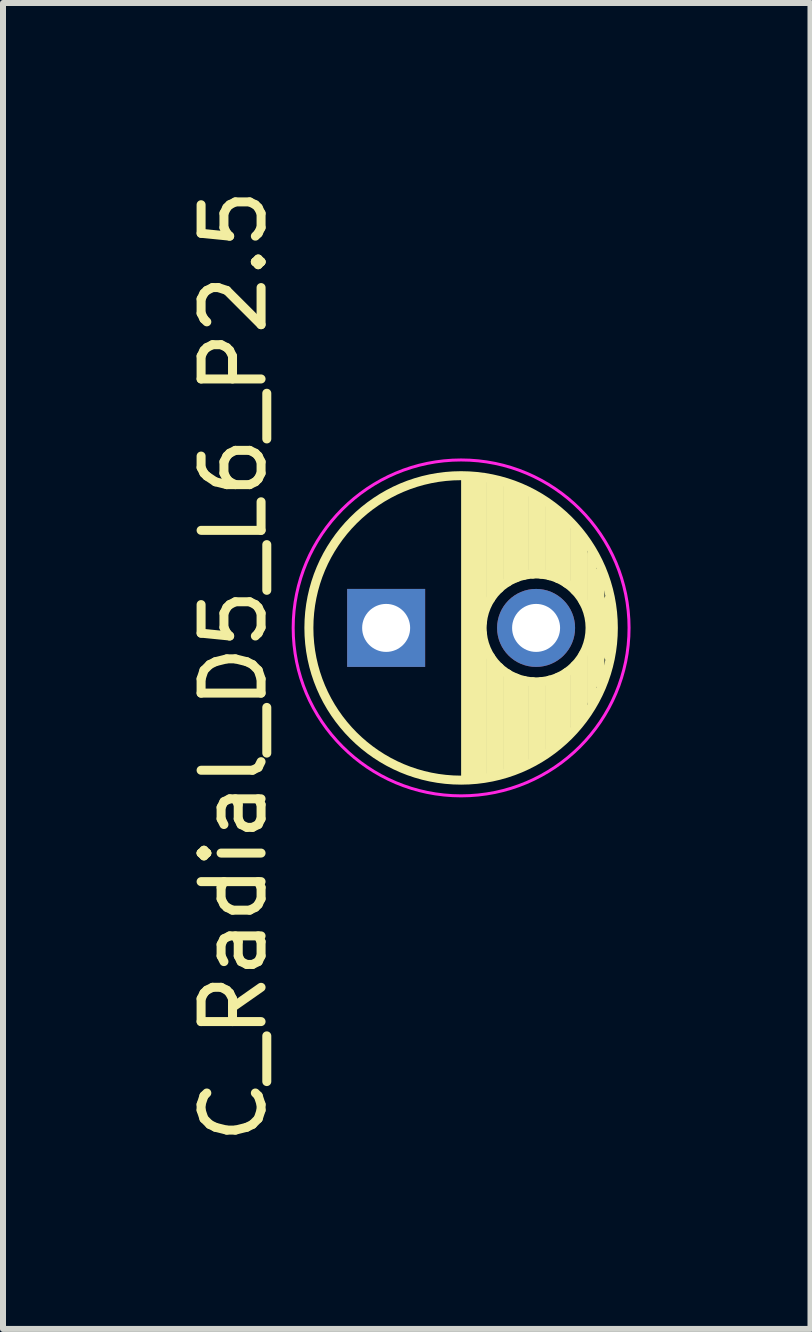
<source format=kicad_pcb>
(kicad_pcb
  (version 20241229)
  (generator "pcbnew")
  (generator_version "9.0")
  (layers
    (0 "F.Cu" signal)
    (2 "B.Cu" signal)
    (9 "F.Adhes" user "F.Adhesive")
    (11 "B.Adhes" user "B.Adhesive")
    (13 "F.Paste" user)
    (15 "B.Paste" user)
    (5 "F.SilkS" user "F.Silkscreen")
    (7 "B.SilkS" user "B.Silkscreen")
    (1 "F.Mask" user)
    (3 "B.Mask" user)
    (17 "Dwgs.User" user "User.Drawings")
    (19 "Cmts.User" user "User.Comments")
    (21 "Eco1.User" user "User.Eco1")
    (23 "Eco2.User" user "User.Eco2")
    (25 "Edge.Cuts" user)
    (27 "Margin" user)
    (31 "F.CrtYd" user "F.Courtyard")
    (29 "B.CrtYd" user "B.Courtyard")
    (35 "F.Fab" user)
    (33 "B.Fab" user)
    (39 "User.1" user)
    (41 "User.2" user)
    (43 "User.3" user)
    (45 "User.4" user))
  (footprint "C_Radial_D5_L6_P2.5"
    (layer "F.Cu")
    (at 3.388 7.419)
    (property "Reference" "C_Radial_D5_L6_P2.5" (at -2.54 0.635 90) (layer "F.SilkS") (effects (font (size 1 1) (thickness 0.15))))
    (attr through_hole)
    (fp_line (start 1.325 -2.499) (end 1.325 2.499) (stroke (width 0.15) (type solid)) (layer "F.SilkS"))
    (fp_line (start 1.465 -2.491) (end 1.465 2.491) (stroke (width 0.15) (type solid)) (layer "F.SilkS"))
    (fp_line (start 1.605 -2.475) (end 1.605 -0.095) (stroke (width 0.15) (type solid)) (layer "F.SilkS"))
    (fp_line (start 1.605 0.095) (end 1.605 2.475) (stroke (width 0.15) (type solid)) (layer "F.SilkS"))
    (fp_line (start 1.745 -2.451) (end 1.745 -0.49) (stroke (width 0.15) (type solid)) (layer "F.SilkS"))
    (fp_line (start 1.745 0.49) (end 1.745 2.451) (stroke (width 0.15) (type solid)) (layer "F.SilkS"))
    (fp_line (start 1.885 -2.418) (end 1.885 -0.657) (stroke (width 0.15) (type solid)) (layer "F.SilkS"))
    (fp_line (start 1.885 0.657) (end 1.885 2.418) (stroke (width 0.15) (type solid)) (layer "F.SilkS"))
    (fp_line (start 2.025 -2.377) (end 2.025 -0.764) (stroke (width 0.15) (type solid)) (layer "F.SilkS"))
    (fp_line (start 2.025 0.764) (end 2.025 2.377) (stroke (width 0.15) (type solid)) (layer "F.SilkS"))
    (fp_line (start 2.165 -2.327) (end 2.165 -0.835) (stroke (width 0.15) (type solid)) (layer "F.SilkS"))
    (fp_line (start 2.165 0.835) (end 2.165 2.327) (stroke (width 0.15) (type solid)) (layer "F.SilkS"))
    (fp_line (start 2.305 -2.266) (end 2.305 -0.879) (stroke (width 0.15) (type solid)) (layer "F.SilkS"))
    (fp_line (start 2.305 0.879) (end 2.305 2.266) (stroke (width 0.15) (type solid)) (layer "F.SilkS"))
    (fp_line (start 2.445 -2.196) (end 2.445 -0.898) (stroke (width 0.15) (type solid)) (layer "F.SilkS"))
    (fp_line (start 2.445 0.898) (end 2.445 2.196) (stroke (width 0.15) (type solid)) (layer "F.SilkS"))
    (fp_line (start 2.585 -2.114) (end 2.585 -0.896) (stroke (width 0.15) (type solid)) (layer "F.SilkS"))
    (fp_line (start 2.585 0.896) (end 2.585 2.114) (stroke (width 0.15) (type solid)) (layer "F.SilkS"))
    (fp_line (start 2.725 -2.019) (end 2.725 -0.871) (stroke (width 0.15) (type solid)) (layer "F.SilkS"))
    (fp_line (start 2.725 0.871) (end 2.725 2.019) (stroke (width 0.15) (type solid)) (layer "F.SilkS"))
    (fp_line (start 2.865 -1.908) (end 2.865 -0.823) (stroke (width 0.15) (type solid)) (layer "F.SilkS"))
    (fp_line (start 2.865 0.823) (end 2.865 1.908) (stroke (width 0.15) (type solid)) (layer "F.SilkS"))
    (fp_line (start 3.005 -1.78) (end 3.005 -0.745) (stroke (width 0.15) (type solid)) (layer "F.SilkS"))
    (fp_line (start 3.005 0.745) (end 3.005 1.78) (stroke (width 0.15) (type solid)) (layer "F.SilkS"))
    (fp_line (start 3.145 -1.631) (end 3.145 -0.628) (stroke (width 0.15) (type solid)) (layer "F.SilkS"))
    (fp_line (start 3.145 0.628) (end 3.145 1.631) (stroke (width 0.15) (type solid)) (layer "F.SilkS"))
    (fp_line (start 3.285 -1.452) (end 3.285 -0.44) (stroke (width 0.15) (type solid)) (layer "F.SilkS"))
    (fp_line (start 3.285 0.44) (end 3.285 1.452) (stroke (width 0.15) (type solid)) (layer "F.SilkS"))
    (fp_line (start 3.425 -1.233) (end 3.425 1.233) (stroke (width 0.15) (type solid)) (layer "F.SilkS"))
    (fp_line (start 3.565 -0.944) (end 3.565 0.944) (stroke (width 0.15) (type solid)) (layer "F.SilkS"))
    (fp_line (start 3.705 -0.472) (end 3.705 0.472) (stroke (width 0.15) (type solid)) (layer "F.SilkS"))
    (fp_circle (center 1.25 0) (end 1.25 -2.538) (stroke (width 0.15) (type solid)) (fill no) (layer "F.SilkS"))
    (fp_circle (center 2.5 0) (end 2.5 -0.9) (stroke (width 0.15) (type solid)) (fill no) (layer "F.SilkS"))
    (fp_circle (center 1.25 0) (end 1.25 -2.8) (stroke (width 0.05) (type solid)) (fill no) (layer "F.CrtYd"))
    (pad "1" thru_hole rect (at 0 0) (size 1.3 1.3) (drill 0.8) (layers "*.Cu" "*.Mask"))
    (pad "2" thru_hole circle (at 2.5 0) (size 1.3 1.3) (drill 0.8) (layers "*.Cu" "*.Mask")))
  (gr_rect
    (start -3 -3)
    (end 10.463 19.107)
    (stroke (width 0.1) (type default))
    (fill no)
    (layer "Edge.Cuts")))
</source>
